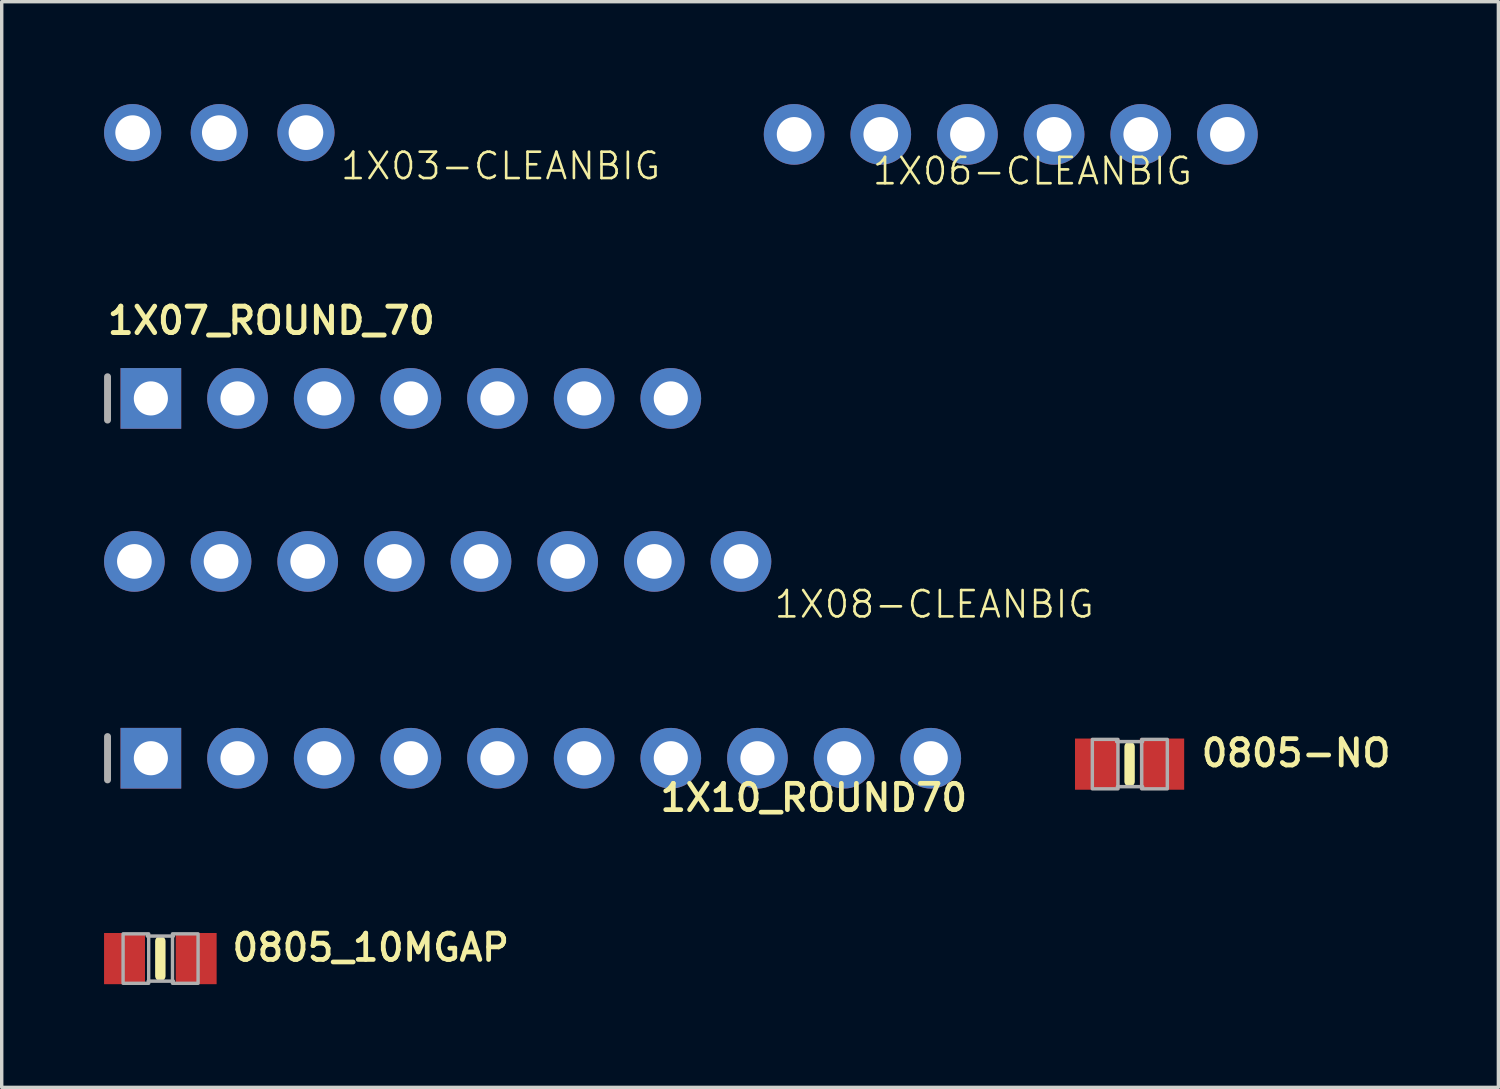
<source format=kicad_pcb>
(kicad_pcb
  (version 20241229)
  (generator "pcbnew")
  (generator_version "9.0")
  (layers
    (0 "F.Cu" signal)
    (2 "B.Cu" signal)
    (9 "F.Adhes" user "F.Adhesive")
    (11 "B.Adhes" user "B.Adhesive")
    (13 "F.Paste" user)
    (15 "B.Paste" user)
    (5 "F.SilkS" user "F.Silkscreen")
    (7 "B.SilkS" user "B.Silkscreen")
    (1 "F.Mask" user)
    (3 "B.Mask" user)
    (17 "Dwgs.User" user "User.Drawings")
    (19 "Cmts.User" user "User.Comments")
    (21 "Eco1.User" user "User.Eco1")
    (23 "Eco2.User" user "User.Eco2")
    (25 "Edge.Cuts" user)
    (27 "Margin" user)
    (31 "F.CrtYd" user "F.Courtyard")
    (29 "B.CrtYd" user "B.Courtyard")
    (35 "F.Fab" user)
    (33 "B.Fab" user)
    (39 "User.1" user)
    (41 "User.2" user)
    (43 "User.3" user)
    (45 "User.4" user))
  (footprint "1X06-CLEANBIG"
    (layer "F.Cu")
    (at 26.577 0.889)
    (property "Reference" "1X06-CLEANBIG" (at -4.104 1.529 180) (layer "F.SilkS") (effects (font (size 0.772 0.772) (thickness 0.077)) (justify left bottom)))
    (attr through_hole)
    (fp_poly (pts (xy -6.604 0.254) (xy -6.096 0.254) (xy -6.096 -0.254) (xy -6.604 -0.254)) (stroke (width 0.1) (type solid)) (fill no) (layer "F.Fab"))
    (fp_poly (pts (xy -4.064 0.254) (xy -3.556 0.254) (xy -3.556 -0.254) (xy -4.064 -0.254)) (stroke (width 0.1) (type solid)) (fill no) (layer "F.Fab"))
    (fp_poly (pts (xy -1.524 0.254) (xy -1.016 0.254) (xy -1.016 -0.254) (xy -1.524 -0.254)) (stroke (width 0.1) (type solid)) (fill no) (layer "F.Fab"))
    (fp_poly (pts (xy 1.016 0.254) (xy 1.524 0.254) (xy 1.524 -0.254) (xy 1.016 -0.254)) (stroke (width 0.1) (type solid)) (fill no) (layer "F.Fab"))
    (fp_poly (pts (xy 3.556 0.254) (xy 4.064 0.254) (xy 4.064 -0.254) (xy 3.556 -0.254)) (stroke (width 0.1) (type solid)) (fill no) (layer "F.Fab"))
    (fp_poly (pts (xy 6.096 0.254) (xy 6.604 0.254) (xy 6.604 -0.254) (xy 6.096 -0.254)) (stroke (width 0.1) (type solid)) (fill no) (layer "F.Fab"))
    (pad "1" thru_hole circle (at -6.35 0 90) (size 1.778 1.778) (drill 1.016) (layers "*.Cu" "*.Mask"))
    (pad "2" thru_hole circle (at -3.81 0 90) (size 1.778 1.778) (drill 1.016) (layers "*.Cu" "*.Mask"))
    (pad "3" thru_hole circle (at -1.27 0 90) (size 1.778 1.778) (drill 1.016) (layers "*.Cu" "*.Mask"))
    (pad "4" thru_hole circle (at 1.27 0 90) (size 1.778 1.778) (drill 1.016) (layers "*.Cu" "*.Mask"))
    (pad "5" thru_hole circle (at 3.81 0 90) (size 1.778 1.778) (drill 1.016) (layers "*.Cu" "*.Mask"))
    (pad "6" thru_hole circle (at 6.35 0 90) (size 1.778 1.778) (drill 1.016) (layers "*.Cu" "*.Mask")))
  (footprint "1X10_ROUND70"
    (layer "F.Cu")
    (at 12.802 19.175)
    (property "Reference" "1X10_ROUND70" (at 3.424 1.609 0) (layer "F.SilkS") (effects (font (size 0.772 0.772) (thickness 0.139)) (justify left bottom)))
    (attr through_hole)
    (fp_line (start -12.7 -0.635) (end -12.7 0.635) (stroke (width 0.203) (type solid)) (layer "F.Fab"))
    (fp_poly (pts (xy -11.684 0.254) (xy -11.176 0.254) (xy -11.176 -0.254) (xy -11.684 -0.254)) (stroke (width 0.1) (type solid)) (fill no) (layer "F.Fab"))
    (fp_poly (pts (xy -9.144 0.254) (xy -8.636 0.254) (xy -8.636 -0.254) (xy -9.144 -0.254)) (stroke (width 0.1) (type solid)) (fill no) (layer "F.Fab"))
    (fp_poly (pts (xy -6.604 0.254) (xy -6.096 0.254) (xy -6.096 -0.254) (xy -6.604 -0.254)) (stroke (width 0.1) (type solid)) (fill no) (layer "F.Fab"))
    (fp_poly (pts (xy -4.064 0.254) (xy -3.556 0.254) (xy -3.556 -0.254) (xy -4.064 -0.254)) (stroke (width 0.1) (type solid)) (fill no) (layer "F.Fab"))
    (fp_poly (pts (xy -1.524 0.254) (xy -1.016 0.254) (xy -1.016 -0.254) (xy -1.524 -0.254)) (stroke (width 0.1) (type solid)) (fill no) (layer "F.Fab"))
    (fp_poly (pts (xy 1.016 0.254) (xy 1.524 0.254) (xy 1.524 -0.254) (xy 1.016 -0.254)) (stroke (width 0.1) (type solid)) (fill no) (layer "F.Fab"))
    (fp_poly (pts (xy 3.556 0.254) (xy 4.064 0.254) (xy 4.064 -0.254) (xy 3.556 -0.254)) (stroke (width 0.1) (type solid)) (fill no) (layer "F.Fab"))
    (fp_poly (pts (xy 6.096 0.254) (xy 6.604 0.254) (xy 6.604 -0.254) (xy 6.096 -0.254)) (stroke (width 0.1) (type solid)) (fill no) (layer "F.Fab"))
    (fp_poly (pts (xy 8.636 0.254) (xy 9.144 0.254) (xy 9.144 -0.254) (xy 8.636 -0.254)) (stroke (width 0.1) (type solid)) (fill no) (layer "F.Fab"))
    (fp_poly (pts (xy 11.176 0.254) (xy 11.684 0.254) (xy 11.684 -0.254) (xy 11.176 -0.254)) (stroke (width 0.1) (type solid)) (fill no) (layer "F.Fab"))
    (pad "1" thru_hole rect (at -11.43 0 90) (size 1.778 1.778) (drill 1) (layers "*.Cu" "*.Mask"))
    (pad "2" thru_hole circle (at -8.89 0 90) (size 1.778 1.778) (drill 1) (layers "*.Cu" "*.Mask"))
    (pad "3" thru_hole circle (at -6.35 0 90) (size 1.778 1.778) (drill 1) (layers "*.Cu" "*.Mask"))
    (pad "4" thru_hole circle (at -3.81 0 90) (size 1.778 1.778) (drill 1) (layers "*.Cu" "*.Mask"))
    (pad "5" thru_hole circle (at -1.27 0 90) (size 1.778 1.778) (drill 1) (layers "*.Cu" "*.Mask"))
    (pad "6" thru_hole circle (at 1.27 0 90) (size 1.778 1.778) (drill 1) (layers "*.Cu" "*.Mask"))
    (pad "7" thru_hole circle (at 3.81 0 90) (size 1.778 1.778) (drill 1) (layers "*.Cu" "*.Mask"))
    (pad "8" thru_hole circle (at 6.35 0 90) (size 1.778 1.778) (drill 1) (layers "*.Cu" "*.Mask"))
    (pad "9" thru_hole circle (at 8.89 0 90) (size 1.778 1.778) (drill 1) (layers "*.Cu" "*.Mask"))
    (pad "10" thru_hole circle (at 11.43 0 90) (size 1.778 1.778) (drill 1) (layers "*.Cu" "*.Mask")))
  (footprint "1X07_ROUND_70"
    (layer "F.Cu")
    (at 8.992 8.628)
    (property "Reference" "1X07_ROUND_70" (at -8.966 -1.829 0) (layer "F.SilkS") (effects (font (size 0.772 0.772) (thickness 0.146)) (justify left bottom)))
    (attr through_hole)
    (fp_line (start -8.89 -0.635) (end -8.89 0.635) (stroke (width 0.203) (type solid)) (layer "F.Fab"))
    (fp_poly (pts (xy -7.874 0.254) (xy -7.366 0.254) (xy -7.366 -0.254) (xy -7.874 -0.254)) (stroke (width 0.1) (type solid)) (fill no) (layer "F.Fab"))
    (fp_poly (pts (xy -5.334 0.254) (xy -4.826 0.254) (xy -4.826 -0.254) (xy -5.334 -0.254)) (stroke (width 0.1) (type solid)) (fill no) (layer "F.Fab"))
    (fp_poly (pts (xy -2.794 0.254) (xy -2.286 0.254) (xy -2.286 -0.254) (xy -2.794 -0.254)) (stroke (width 0.1) (type solid)) (fill no) (layer "F.Fab"))
    (fp_poly (pts (xy -0.254 0.254) (xy 0.254 0.254) (xy 0.254 -0.254) (xy -0.254 -0.254)) (stroke (width 0.1) (type solid)) (fill no) (layer "F.Fab"))
    (fp_poly (pts (xy 2.286 0.254) (xy 2.794 0.254) (xy 2.794 -0.254) (xy 2.286 -0.254)) (stroke (width 0.1) (type solid)) (fill no) (layer "F.Fab"))
    (fp_poly (pts (xy 4.826 0.254) (xy 5.334 0.254) (xy 5.334 -0.254) (xy 4.826 -0.254)) (stroke (width 0.1) (type solid)) (fill no) (layer "F.Fab"))
    (fp_poly (pts (xy 7.366 0.254) (xy 7.874 0.254) (xy 7.874 -0.254) (xy 7.366 -0.254)) (stroke (width 0.1) (type solid)) (fill no) (layer "F.Fab"))
    (pad "1" thru_hole rect (at -7.62 0 90) (size 1.778 1.778) (drill 1) (layers "*.Cu" "*.Mask"))
    (pad "2" thru_hole circle (at -5.08 0 90) (size 1.778 1.778) (drill 1) (layers "*.Cu" "*.Mask"))
    (pad "3" thru_hole circle (at -2.54 0 90) (size 1.778 1.778) (drill 1) (layers "*.Cu" "*.Mask"))
    (pad "4" thru_hole circle (at 0 0 90) (size 1.778 1.778) (drill 1) (layers "*.Cu" "*.Mask"))
    (pad "5" thru_hole circle (at 2.54 0 90) (size 1.778 1.778) (drill 1) (layers "*.Cu" "*.Mask"))
    (pad "6" thru_hole circle (at 5.08 0 90) (size 1.778 1.778) (drill 1) (layers "*.Cu" "*.Mask"))
    (pad "7" thru_hole circle (at 7.62 0 90) (size 1.778 1.778) (drill 1) (layers "*.Cu" "*.Mask")))
  (footprint "0805_10MGAP"
    (layer "F.Cu")
    (at 1.65 25.048)
    (property "Reference" "0805_10MGAP" (at 2.032 0.127 180) (layer "F.SilkS") (effects (font (size 0.772 0.772) (thickness 0.139)) (justify left bottom)))
    (attr through_hole)
    (fp_line (start 0 -0.508) (end 0 0.508) (stroke (width 0.305) (type solid)) (layer "F.SilkS"))
    (fp_line (start -0.381 -0.66) (end 0.381 -0.66) (stroke (width 0.102) (type solid)) (layer "F.Fab"))
    (fp_line (start -0.356 0.66) (end 0.381 0.66) (stroke (width 0.102) (type solid)) (layer "F.Fab"))
    (fp_poly (pts (xy -1.092 0.724) (xy -0.342 0.724) (xy -0.342 -0.726) (xy -1.092 -0.726)) (stroke (width 0.1) (type solid)) (fill no) (layer "F.Fab"))
    (fp_poly (pts (xy 0.356 0.724) (xy 1.106 0.724) (xy 1.106 -0.726) (xy 0.356 -0.726)) (stroke (width 0.1) (type solid)) (fill no) (layer "F.Fab"))
    (pad "1" smd rect (at -1.05 0) (size 1.2 1.5) (layers "F.Cu" "F.Mask" "F.Paste"))
    (pad "2" smd rect (at 1.05 0) (size 1.2 1.5) (layers "F.Cu" "F.Mask" "F.Paste")))
  (footprint "0805-NO"
    (layer "F.Cu")
    (at 30.06 19.348)
    (property "Reference" "0805-NO" (at 2.032 0.127 180) (layer "F.SilkS") (effects (font (size 0.772 0.772) (thickness 0.139)) (justify left bottom)))
    (attr through_hole)
    (fp_line (start 0 -0.508) (end 0 0.508) (stroke (width 0.305) (type solid)) (layer "F.SilkS"))
    (fp_line (start -0.381 -0.66) (end 0.381 -0.66) (stroke (width 0.102) (type solid)) (layer "F.Fab"))
    (fp_line (start -0.356 0.66) (end 0.381 0.66) (stroke (width 0.102) (type solid)) (layer "F.Fab"))
    (fp_poly (pts (xy -1.092 0.724) (xy -0.342 0.724) (xy -0.342 -0.726) (xy -1.092 -0.726)) (stroke (width 0.1) (type solid)) (fill no) (layer "F.Fab"))
    (fp_poly (pts (xy 0.356 0.724) (xy 1.106 0.724) (xy 1.106 -0.726) (xy 0.356 -0.726)) (stroke (width 0.1) (type solid)) (fill no) (layer "F.Fab"))
    (pad "1" smd rect (at -0.95 0) (size 1.3 1.5) (layers "F.Cu" "F.Mask" "F.Paste"))
    (pad "2" smd rect (at 0.95 0) (size 1.3 1.5) (layers "F.Cu" "F.Mask" "F.Paste")))
  (footprint "1X08-CLEANBIG"
    (layer "F.Cu")
    (at 9.779 13.406)
    (property "Reference" "1X08-CLEANBIG" (at 9.816 1.709 0) (layer "F.SilkS") (effects (font (size 0.772 0.772) (thickness 0.077)) (justify left bottom)))
    (attr through_hole)
    (fp_poly (pts (xy -9.144 0.254) (xy -8.636 0.254) (xy -8.636 -0.254) (xy -9.144 -0.254)) (stroke (width 0.1) (type solid)) (fill no) (layer "F.Fab"))
    (fp_poly (pts (xy -6.604 0.254) (xy -6.096 0.254) (xy -6.096 -0.254) (xy -6.604 -0.254)) (stroke (width 0.1) (type solid)) (fill no) (layer "F.Fab"))
    (fp_poly (pts (xy -4.064 0.254) (xy -3.556 0.254) (xy -3.556 -0.254) (xy -4.064 -0.254)) (stroke (width 0.1) (type solid)) (fill no) (layer "F.Fab"))
    (fp_poly (pts (xy -1.524 0.254) (xy -1.016 0.254) (xy -1.016 -0.254) (xy -1.524 -0.254)) (stroke (width 0.1) (type solid)) (fill no) (layer "F.Fab"))
    (fp_poly (pts (xy 1.016 0.254) (xy 1.524 0.254) (xy 1.524 -0.254) (xy 1.016 -0.254)) (stroke (width 0.1) (type solid)) (fill no) (layer "F.Fab"))
    (fp_poly (pts (xy 3.556 0.254) (xy 4.064 0.254) (xy 4.064 -0.254) (xy 3.556 -0.254)) (stroke (width 0.1) (type solid)) (fill no) (layer "F.Fab"))
    (fp_poly (pts (xy 6.096 0.254) (xy 6.604 0.254) (xy 6.604 -0.254) (xy 6.096 -0.254)) (stroke (width 0.1) (type solid)) (fill no) (layer "F.Fab"))
    (fp_poly (pts (xy 8.636 0.254) (xy 9.144 0.254) (xy 9.144 -0.254) (xy 8.636 -0.254)) (stroke (width 0.1) (type solid)) (fill no) (layer "F.Fab"))
    (pad "1" thru_hole circle (at -8.89 0 90) (size 1.778 1.778) (drill 1.016) (layers "*.Cu" "*.Mask"))
    (pad "2" thru_hole circle (at -6.35 0 90) (size 1.778 1.778) (drill 1.016) (layers "*.Cu" "*.Mask"))
    (pad "3" thru_hole circle (at -3.81 0 90) (size 1.778 1.778) (drill 1.016) (layers "*.Cu" "*.Mask"))
    (pad "4" thru_hole circle (at -1.27 0 90) (size 1.778 1.778) (drill 1.016) (layers "*.Cu" "*.Mask"))
    (pad "5" thru_hole circle (at 1.27 0 90) (size 1.778 1.778) (drill 1.016) (layers "*.Cu" "*.Mask"))
    (pad "6" thru_hole circle (at 3.81 0 90) (size 1.778 1.778) (drill 1.016) (layers "*.Cu" "*.Mask"))
    (pad "7" thru_hole circle (at 6.35 0 90) (size 1.778 1.778) (drill 1.016) (layers "*.Cu" "*.Mask"))
    (pad "8" thru_hole circle (at 8.89 0 90) (size 1.778 1.778) (drill 1.016) (layers "*.Cu" "*.Mask")))
  (footprint "1X03-CLEANBIG"
    (layer "F.Cu")
    (at 3.378 0.838)
    (property "Reference" "1X03-CLEANBIG" (at 3.506 1.429 0) (layer "F.SilkS") (effects (font (size 0.772 0.772) (thickness 0.077)) (justify left bottom)))
    (attr through_hole)
    (fp_poly (pts (xy -2.794 0.254) (xy -2.286 0.254) (xy -2.286 -0.254) (xy -2.794 -0.254)) (stroke (width 0.1) (type solid)) (fill no) (layer "F.Fab"))
    (fp_poly (pts (xy -0.254 0.254) (xy 0.254 0.254) (xy 0.254 -0.254) (xy -0.254 -0.254)) (stroke (width 0.1) (type solid)) (fill no) (layer "F.Fab"))
    (fp_poly (pts (xy 2.286 0.254) (xy 2.794 0.254) (xy 2.794 -0.254) (xy 2.286 -0.254)) (stroke (width 0.1) (type solid)) (fill no) (layer "F.Fab"))
    (pad "1" thru_hole circle (at -2.54 0 90) (size 1.676 1.676) (drill 1.016) (layers "*.Cu" "*.Mask"))
    (pad "2" thru_hole circle (at 0 0 90) (size 1.676 1.676) (drill 1.016) (layers "*.Cu" "*.Mask"))
    (pad "3" thru_hole circle (at 2.54 0 90) (size 1.676 1.676) (drill 1.016) (layers "*.Cu" "*.Mask")))
  (gr_rect
    (start -3 -3)
    (end 40.87 28.822)
    (stroke (width 0.1) (type default))
    (fill no)
    (layer "Edge.Cuts")))
</source>
